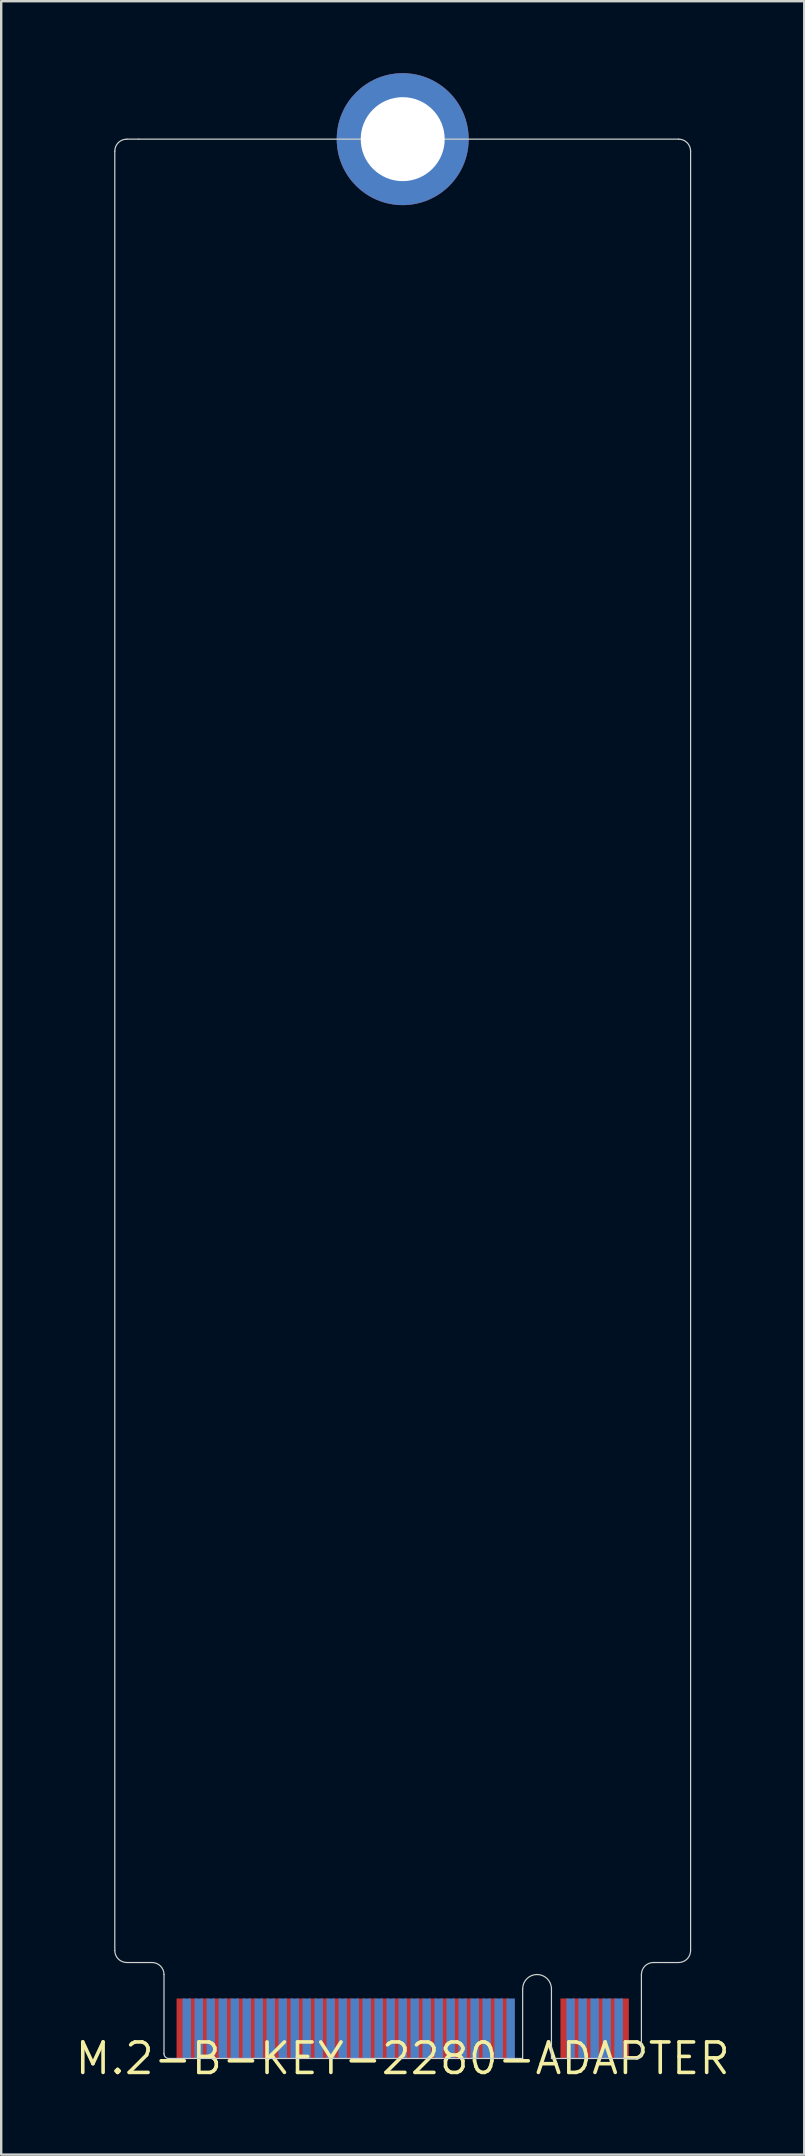
<source format=kicad_pcb>
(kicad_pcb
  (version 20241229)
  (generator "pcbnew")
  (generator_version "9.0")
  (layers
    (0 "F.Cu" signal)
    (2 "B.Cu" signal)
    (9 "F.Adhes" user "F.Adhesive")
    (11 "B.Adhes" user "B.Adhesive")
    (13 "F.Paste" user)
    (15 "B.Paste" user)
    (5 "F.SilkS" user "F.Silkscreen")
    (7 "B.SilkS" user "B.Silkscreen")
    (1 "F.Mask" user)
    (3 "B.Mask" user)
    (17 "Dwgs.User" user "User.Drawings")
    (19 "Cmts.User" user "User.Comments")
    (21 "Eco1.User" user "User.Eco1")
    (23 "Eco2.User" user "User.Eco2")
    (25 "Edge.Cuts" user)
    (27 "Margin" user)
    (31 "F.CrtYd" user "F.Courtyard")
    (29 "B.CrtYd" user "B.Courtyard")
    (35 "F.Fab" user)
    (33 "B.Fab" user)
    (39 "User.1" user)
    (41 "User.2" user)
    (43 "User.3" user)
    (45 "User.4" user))
  (footprint "M.2-B-KEY-2280-ADAPTER"
    (layer "F.Cu")
    (at 13.735 82.75)
    (property "Reference" "M.2-B-KEY-2280-ADAPTER" (at 0 0 0) (layer "F.SilkS") (effects (font (size 1.27 1.27) (thickness 0.15))))
    (attr through_hole)
    (fp_line (start -12 -79.5) (end -12 -4.5) (stroke (width 0.05) (type solid)) (layer "Edge.Cuts"))
    (fp_line (start -11.5 -4) (end -11 -4) (stroke (width 0.05) (type solid)) (layer "Edge.Cuts"))
    (fp_line (start -11 -80) (end -11.5 -80) (stroke (width 0.05) (type solid)) (layer "Edge.Cuts"))
    (fp_line (start -11 -4) (end -10.45 -4) (stroke (width 0.05) (type solid)) (layer "Edge.Cuts"))
    (fp_line (start -9.95 -3.5) (end -9.95 -0.2) (stroke (width 0.05) (type solid)) (layer "Edge.Cuts"))
    (fp_line (start -9.75 0) (end 5 0) (stroke (width 0.05) (type solid)) (layer "Edge.Cuts"))
    (fp_line (start 5 -2.9) (end 5 0) (stroke (width 0.05) (type solid)) (layer "Edge.Cuts"))
    (fp_line (start 6.2 -2.9) (end 6.2 0) (stroke (width 0.05) (type solid)) (layer "Edge.Cuts"))
    (fp_line (start 6.2 0) (end 9.75 0) (stroke (width 0.05) (type solid)) (layer "Edge.Cuts"))
    (fp_line (start 9.95 -0.2) (end 9.95 -3.5) (stroke (width 0.05) (type solid)) (layer "Edge.Cuts"))
    (fp_line (start 11 -4) (end 10.45 -4) (stroke (width 0.05) (type solid)) (layer "Edge.Cuts"))
    (fp_line (start 11.5 -80) (end -11 -80) (stroke (width 0.05) (type solid)) (layer "Edge.Cuts"))
    (fp_line (start 11.5 -4) (end 11 -4) (stroke (width 0.05) (type solid)) (layer "Edge.Cuts"))
    (fp_line (start 12 -4.5) (end 12 -79.5) (stroke (width 0.05) (type solid)) (layer "Edge.Cuts"))
    (fp_arc (start -12 -79.5) (mid -11.853553 -79.853553) (end -11.5 -80) (stroke (width 0.05) (type solid)) (layer "Edge.Cuts"))
    (fp_arc (start -11.5 -4) (mid -11.853553 -4.146447) (end -12 -4.5) (stroke (width 0.05) (type solid)) (layer "Edge.Cuts"))
    (fp_arc (start -10.45 -4) (mid -10.096447 -3.853553) (end -9.95 -3.5) (stroke (width 0.05) (type solid)) (layer "Edge.Cuts"))
    (fp_arc (start -9.75 0) (mid -9.891421 -0.058579) (end -9.95 -0.2) (stroke (width 0.05) (type solid)) (layer "Edge.Cuts"))
    (fp_arc (start 5 -2.9) (mid 5.175736 -3.324264) (end 5.6 -3.5) (stroke (width 0.05) (type solid)) (layer "Edge.Cuts"))
    (fp_arc (start 5.6 -3.5) (mid 6.024264 -3.324264) (end 6.2 -2.9) (stroke (width 0.05) (type solid)) (layer "Edge.Cuts"))
    (fp_arc (start 9.95 -3.5) (mid 10.096447 -3.853553) (end 10.45 -4) (stroke (width 0.05) (type solid)) (layer "Edge.Cuts"))
    (fp_arc (start 9.95 -0.2) (mid 9.891421 -0.058579) (end 9.75 0) (stroke (width 0.05) (type solid)) (layer "Edge.Cuts"))
    (fp_arc (start 11.5 -80) (mid 11.853553 -79.853553) (end 12 -79.5) (stroke (width 0.05) (type solid)) (layer "Edge.Cuts"))
    (fp_arc (start 12 -4.5) (mid 11.853553 -4.146447) (end 11.5 -4) (stroke (width 0.05) (type solid)) (layer "Edge.Cuts"))
    (pad "MOUNTING-HOLE" thru_hole circle (at 0 -80) (size 5.5 5.5) (drill 3.5) (layers "*.Cu" "*.Mask"))
    (pad "P$1" smd rect (at 9.25 -1.25) (size 0.35 2.5) (layers "F.Cu" "F.Mask" "F.Paste"))
    (pad "P$2" smd rect (at 9 -1.25) (size 0.35 2.5) (layers "B.Cu" "B.Mask" "B.Paste"))
    (pad "P$3" smd rect (at 8.75 -1.25) (size 0.35 2.5) (layers "F.Cu" "F.Mask" "F.Paste"))
    (pad "P$4" smd rect (at 8.5 -1.25) (size 0.35 2.5) (layers "B.Cu" "B.Mask" "B.Paste"))
    (pad "P$5" smd rect (at 8.25 -1.25) (size 0.35 2.5) (layers "F.Cu" "F.Mask" "F.Paste"))
    (pad "P$6" smd rect (at 8 -1.25) (size 0.35 2.5) (layers "B.Cu" "B.Mask" "B.Paste"))
    (pad "P$7" smd rect (at 7.75 -1.25) (size 0.35 2.5) (layers "F.Cu" "F.Mask" "F.Paste"))
    (pad "P$8" smd rect (at 7.5 -1.25) (size 0.35 2.5) (layers "B.Cu" "B.Mask" "B.Paste"))
    (pad "P$9" smd rect (at 7.25 -1.25) (size 0.35 2.5) (layers "F.Cu" "F.Mask" "F.Paste"))
    (pad "P$10" smd rect (at 7 -1.25) (size 0.35 2.5) (layers "B.Cu" "B.Mask" "B.Paste"))
    (pad "P$11" smd rect (at 6.75 -1.25) (size 0.35 2.5) (layers "F.Cu" "F.Mask" "F.Paste"))
    (pad "P$20" smd rect (at 4.5 -1.25) (size 0.35 2.5) (layers "B.Cu" "B.Mask" "B.Paste"))
    (pad "P$21" smd rect (at 4.25 -1.25) (size 0.35 2.5) (layers "F.Cu" "F.Mask" "F.Paste"))
    (pad "P$22" smd rect (at 4 -1.25) (size 0.35 2.5) (layers "B.Cu" "B.Mask" "B.Paste"))
    (pad "P$23" smd rect (at 3.75 -1.25) (size 0.35 2.5) (layers "F.Cu" "F.Mask" "F.Paste"))
    (pad "P$24" smd rect (at 3.5 -1.25) (size 0.35 2.5) (layers "B.Cu" "B.Mask" "B.Paste"))
    (pad "P$25" smd rect (at 3.25 -1.25) (size 0.35 2.5) (layers "F.Cu" "F.Mask" "F.Paste"))
    (pad "P$26" smd rect (at 3 -1.25) (size 0.35 2.5) (layers "B.Cu" "B.Mask" "B.Paste"))
    (pad "P$27" smd rect (at 2.75 -1.25) (size 0.35 2.5) (layers "F.Cu" "F.Mask" "F.Paste"))
    (pad "P$28" smd rect (at 2.5 -1.25) (size 0.35 2.5) (layers "B.Cu" "B.Mask" "B.Paste"))
    (pad "P$29" smd rect (at 2.25 -1.25) (size 0.35 2.5) (layers "F.Cu" "F.Mask" "F.Paste"))
    (pad "P$30" smd rect (at 2 -1.25) (size 0.35 2.5) (layers "B.Cu" "B.Mask" "B.Paste"))
    (pad "P$31" smd rect (at 1.75 -1.25) (size 0.35 2.5) (layers "F.Cu" "F.Mask" "F.Paste"))
    (pad "P$32" smd rect (at 1.5 -1.25) (size 0.35 2.5) (layers "B.Cu" "B.Mask" "B.Paste"))
    (pad "P$33" smd rect (at 1.25 -1.25) (size 0.35 2.5) (layers "F.Cu" "F.Mask" "F.Paste"))
    (pad "P$34" smd rect (at 1 -1.25) (size 0.35 2.5) (layers "B.Cu" "B.Mask" "B.Paste"))
    (pad "P$35" smd rect (at 0.75 -1.25) (size 0.35 2.5) (layers "F.Cu" "F.Mask" "F.Paste"))
    (pad "P$36" smd rect (at 0.5 -1.25) (size 0.35 2.5) (layers "B.Cu" "B.Mask" "B.Paste"))
    (pad "P$37" smd rect (at 0.25 -1.25) (size 0.35 2.5) (layers "F.Cu" "F.Mask" "F.Paste"))
    (pad "P$38" smd rect (at 0 -1.25) (size 0.35 2.5) (layers "B.Cu" "B.Mask" "B.Paste"))
    (pad "P$39" smd rect (at -0.25 -1.25) (size 0.35 2.5) (layers "F.Cu" "F.Mask" "F.Paste"))
    (pad "P$40" smd rect (at -0.5 -1.25) (size 0.35 2.5) (layers "B.Cu" "B.Mask" "B.Paste"))
    (pad "P$41" smd rect (at -0.75 -1.25) (size 0.35 2.5) (layers "F.Cu" "F.Mask" "F.Paste"))
    (pad "P$42" smd rect (at -1 -1.25) (size 0.35 2.5) (layers "B.Cu" "B.Mask" "B.Paste"))
    (pad "P$43" smd rect (at -1.25 -1.25) (size 0.35 2.5) (layers "F.Cu" "F.Mask" "F.Paste"))
    (pad "P$44" smd rect (at -1.5 -1.25) (size 0.35 2.5) (layers "B.Cu" "B.Mask" "B.Paste"))
    (pad "P$45" smd rect (at -1.75 -1.25) (size 0.35 2.5) (layers "F.Cu" "F.Mask" "F.Paste"))
    (pad "P$46" smd rect (at -2 -1.25) (size 0.35 2.5) (layers "B.Cu" "B.Mask" "B.Paste"))
    (pad "P$47" smd rect (at -2.25 -1.25) (size 0.35 2.5) (layers "F.Cu" "F.Mask" "F.Paste"))
    (pad "P$48" smd rect (at -2.5 -1.25) (size 0.35 2.5) (layers "B.Cu" "B.Mask" "B.Paste"))
    (pad "P$49" smd rect (at -2.75 -1.25) (size 0.35 2.5) (layers "F.Cu" "F.Mask" "F.Paste"))
    (pad "P$50" smd rect (at -3 -1.25) (size 0.35 2.5) (layers "B.Cu" "B.Mask" "B.Paste"))
    (pad "P$51" smd rect (at -3.25 -1.25) (size 0.35 2.5) (layers "F.Cu" "F.Mask" "F.Paste"))
    (pad "P$52" smd rect (at -3.5 -1.25) (size 0.35 2.5) (layers "B.Cu" "B.Mask" "B.Paste"))
    (pad "P$53" smd rect (at -3.75 -1.25) (size 0.35 2.5) (layers "F.Cu" "F.Mask" "F.Paste"))
    (pad "P$54" smd rect (at -4 -1.25) (size 0.35 2.5) (layers "B.Cu" "B.Mask" "B.Paste"))
    (pad "P$55" smd rect (at -4.25 -1.25) (size 0.35 2.5) (layers "F.Cu" "F.Mask" "F.Paste"))
    (pad "P$56" smd rect (at -4.5 -1.25) (size 0.35 2.5) (layers "B.Cu" "B.Mask" "B.Paste"))
    (pad "P$57" smd rect (at -4.75 -1.25) (size 0.35 2.5) (layers "F.Cu" "F.Mask" "F.Paste"))
    (pad "P$58" smd rect (at -5 -1.25) (size 0.35 2.5) (layers "B.Cu" "B.Mask" "B.Paste"))
    (pad "P$59" smd rect (at -5.25 -1.25) (size 0.35 2.5) (layers "F.Cu" "F.Mask" "F.Paste"))
    (pad "P$60" smd rect (at -5.5 -1.25) (size 0.35 2.5) (layers "B.Cu" "B.Mask" "B.Paste"))
    (pad "P$61" smd rect (at -5.75 -1.25) (size 0.35 2.5) (layers "F.Cu" "F.Mask" "F.Paste"))
    (pad "P$62" smd rect (at -6 -1.25) (size 0.35 2.5) (layers "B.Cu" "B.Mask" "B.Paste"))
    (pad "P$63" smd rect (at -6.25 -1.25) (size 0.35 2.5) (layers "F.Cu" "F.Mask" "F.Paste"))
    (pad "P$64" smd rect (at -6.5 -1.25) (size 0.35 2.5) (layers "B.Cu" "B.Mask" "B.Paste"))
    (pad "P$65" smd rect (at -6.75 -1.25) (size 0.35 2.5) (layers "F.Cu" "F.Mask" "F.Paste"))
    (pad "P$66" smd rect (at -7 -1.25) (size 0.35 2.5) (layers "B.Cu" "B.Mask" "B.Paste"))
    (pad "P$67" smd rect (at -7.25 -1.25) (size 0.35 2.5) (layers "F.Cu" "F.Mask" "F.Paste"))
    (pad "P$68" smd rect (at -7.5 -1.25) (size 0.35 2.5) (layers "B.Cu" "B.Mask" "B.Paste"))
    (pad "P$69" smd rect (at -7.75 -1.25) (size 0.35 2.5) (layers "F.Cu" "F.Mask" "F.Paste"))
    (pad "P$70" smd rect (at -8 -1.25) (size 0.35 2.5) (layers "B.Cu" "B.Mask" "B.Paste"))
    (pad "P$71" smd rect (at -8.25 -1.25) (size 0.35 2.5) (layers "F.Cu" "F.Mask" "F.Paste"))
    (pad "P$72" smd rect (at -8.5 -1.25) (size 0.35 2.5) (layers "B.Cu" "B.Mask" "B.Paste"))
    (pad "P$73" smd rect (at -8.75 -1.25) (size 0.35 2.5) (layers "F.Cu" "F.Mask" "F.Paste"))
    (pad "P$74" smd rect (at -9 -1.25) (size 0.35 2.5) (layers "B.Cu" "B.Mask" "B.Paste"))
    (pad "P$75" smd rect (at -9.25 -1.25) (size 0.35 2.5) (layers "F.Cu" "F.Mask" "F.Paste")))
  (gr_rect
    (start -3 -3)
    (end 30.471 86.756)
    (stroke (width 0.1) (type default))
    (fill no)
    (layer "Edge.Cuts")))
</source>
